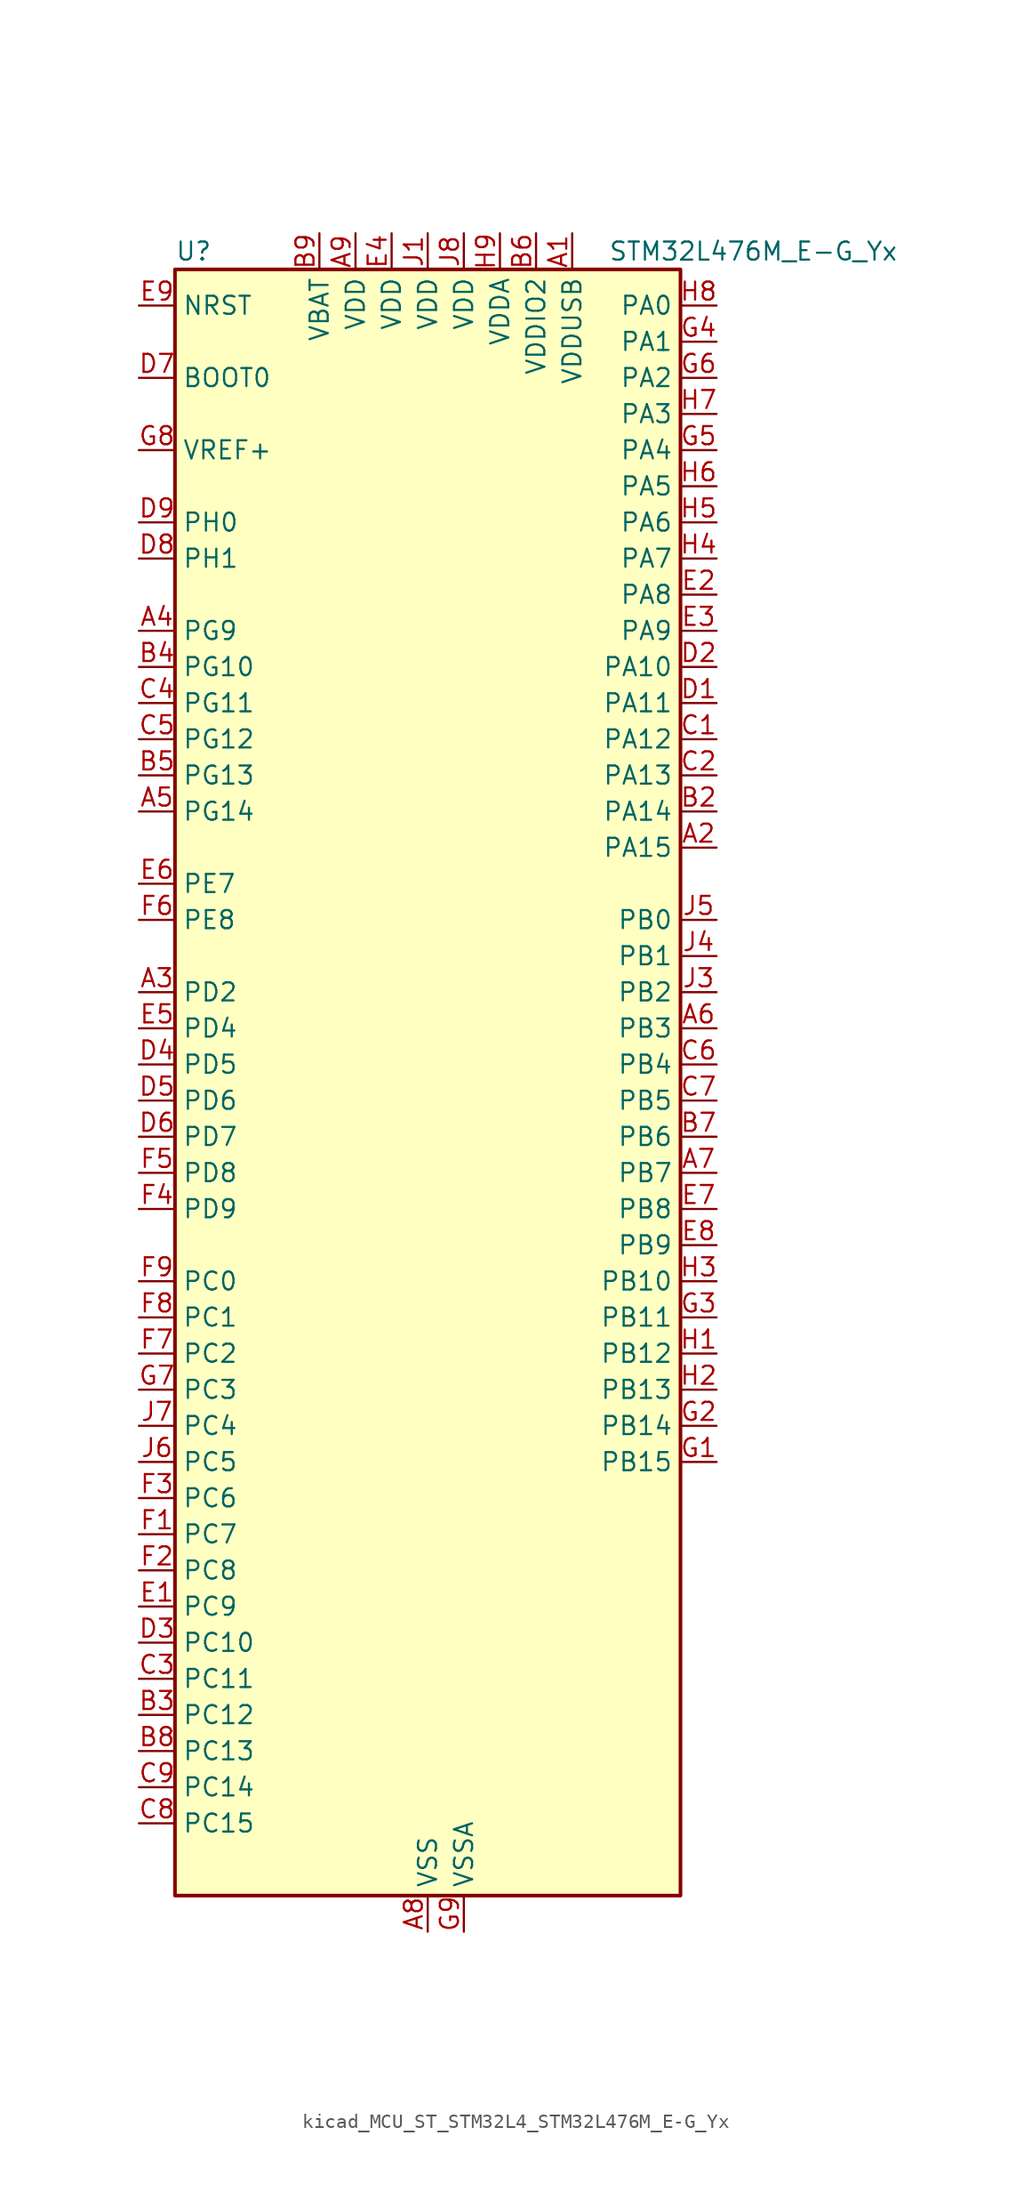
<source format=kicad_sym>
(kicad_symbol_lib
  (version 20220914)
  (generator kicad_symbol_editor)
  (symbol "kicad_MCU_ST_STM32L4_STM32L476M_E-G_Yx"
    (property "Reference" "U"
      (at -17.78 59.69 0)
      (effects (font (size 1.27 1.27)) (justify left)))
    (property "Value" "STM32L476M_E-G_Yx"
      (at 12.7 59.69 0)
      (effects (font (size 1.27 1.27)) (justify left)))
    (property "ki_locked" ""
      (at 0 0 0)
      (effects (font (size 1.27 1.27))))
    (symbol "kicad_MCU_ST_STM32L4_STM32L476M_E-G_Yx_0_1"
      (rectangle (start -17.78 -55.88) (end 17.78 58.42) (stroke (width 0.254) (type default)) (fill (type background))))
    (symbol "kicad_MCU_ST_STM32L4_STM32L476M_E-G_Yx_1_1"
      (pin power_in line (at 10.16 60.96 270) (length 2.54) (name "VDDUSB" (effects (font (size 1.27 1.27)))) (number "A1" (effects (font (size 1.27 1.27)))))
      (pin bidirectional line (at 20.32 17.78 180) (length 2.54) (name "PA15" (effects (font (size 1.27 1.27)))) (number "A2" (effects (font (size 1.27 1.27)))) (alternate "ADC1_EXTI15" bidirectional line) (alternate "ADC2_EXTI15" bidirectional line) (alternate "ADC3_EXTI15" bidirectional line) (alternate "LCD_SEG17" bidirectional line) (alternate "SAI2_FS_B" bidirectional line) (alternate "SPI1_NSS" bidirectional line) (alternate "SPI3_NSS" bidirectional line) (alternate "SYS_JTDI" bidirectional line) (alternate "TIM2_CH1" bidirectional line) (alternate "TIM2_ETR" bidirectional line) (alternate "TSC_G3_IO1" bidirectional line) (alternate "UART4_DE" bidirectional line) (alternate "UART4_RTS" bidirectional line))
      (pin bidirectional line (at -20.32 7.62 0) (length 2.54) (name "PD2" (effects (font (size 1.27 1.27)))) (number "A3" (effects (font (size 1.27 1.27)))) (alternate "LCD_COM7" bidirectional line) (alternate "LCD_SEG31" bidirectional line) (alternate "LCD_SEG43" bidirectional line) (alternate "SDMMC1_CMD" bidirectional line) (alternate "TIM3_ETR" bidirectional line) (alternate "TSC_SYNC" bidirectional line) (alternate "UART5_RX" bidirectional line) (alternate "USART3_DE" bidirectional line) (alternate "USART3_RTS" bidirectional line))
      (pin bidirectional line (at -20.32 33.02 0) (length 2.54) (name "PG9" (effects (font (size 1.27 1.27)))) (number "A4" (effects (font (size 1.27 1.27)))) (alternate "DAC1_EXTI9" bidirectional line) (alternate "SAI2_SCK_A" bidirectional line) (alternate "SPI3_SCK" bidirectional line) (alternate "TIM15_CH1N" bidirectional line) (alternate "USART1_TX" bidirectional line))
      (pin bidirectional line (at -20.32 20.32 0) (length 2.54) (name "PG14" (effects (font (size 1.27 1.27)))) (number "A5" (effects (font (size 1.27 1.27)))) (alternate "I2C1_SCL" bidirectional line))
      (pin bidirectional line (at 20.32 5.08 180) (length 2.54) (name "PB3" (effects (font (size 1.27 1.27)))) (number "A6" (effects (font (size 1.27 1.27)))) (alternate "COMP2_INM" bidirectional line) (alternate "LCD_SEG7" bidirectional line) (alternate "SAI1_SCK_B" bidirectional line) (alternate "SPI1_SCK" bidirectional line) (alternate "SPI3_SCK" bidirectional line) (alternate "SYS_JTDO-SWO" bidirectional line) (alternate "TIM2_CH2" bidirectional line) (alternate "USART1_DE" bidirectional line) (alternate "USART1_RTS" bidirectional line))
      (pin bidirectional line (at 20.32 -5.08 180) (length 2.54) (name "PB7" (effects (font (size 1.27 1.27)))) (number "A7" (effects (font (size 1.27 1.27)))) (alternate "COMP2_INM" bidirectional line) (alternate "DFSDM1_CKIN5" bidirectional line) (alternate "I2C1_SDA" bidirectional line) (alternate "LCD_SEG21" bidirectional line) (alternate "LPTIM1_IN2" bidirectional line) (alternate "SYS_PVD_IN" bidirectional line) (alternate "TIM17_CH1N" bidirectional line) (alternate "TIM4_CH2" bidirectional line) (alternate "TIM8_BKIN" bidirectional line) (alternate "TIM8_BKIN_COMP1" bidirectional line) (alternate "TSC_G2_IO4" bidirectional line) (alternate "UART4_CTS" bidirectional line) (alternate "USART1_RX" bidirectional line))
      (pin power_in line (at 0 -58.42 90) (length 2.54) (name "VSS" (effects (font (size 1.27 1.27)))) (number "A8" (effects (font (size 1.27 1.27)))))
      (pin power_in line (at -5.08 60.96 270) (length 2.54) (name "VDD" (effects (font (size 1.27 1.27)))) (number "A9" (effects (font (size 1.27 1.27)))))
      (pin passive line (at 0 -58.42 90) (length 2.54) hide (name "VSS" (effects (font (size 1.27 1.27)))) (number "B1" (effects (font (size 1.27 1.27)))))
      (pin bidirectional line (at 20.32 20.32 180) (length 2.54) (name "PA14" (effects (font (size 1.27 1.27)))) (number "B2" (effects (font (size 1.27 1.27)))) (alternate "SYS_JTCK-SWCLK" bidirectional line))
      (pin bidirectional line (at -20.32 -43.18 0) (length 2.54) (name "PC12" (effects (font (size 1.27 1.27)))) (number "B3" (effects (font (size 1.27 1.27)))) (alternate "LCD_COM6" bidirectional line) (alternate "LCD_SEG30" bidirectional line) (alternate "LCD_SEG42" bidirectional line) (alternate "SAI2_SD_B" bidirectional line) (alternate "SDMMC1_CK" bidirectional line) (alternate "SPI3_MOSI" bidirectional line) (alternate "TSC_G3_IO4" bidirectional line) (alternate "UART5_TX" bidirectional line) (alternate "USART3_CK" bidirectional line))
      (pin bidirectional line (at -20.32 30.48 0) (length 2.54) (name "PG10" (effects (font (size 1.27 1.27)))) (number "B4" (effects (font (size 1.27 1.27)))) (alternate "LPTIM1_IN1" bidirectional line) (alternate "SAI2_FS_A" bidirectional line) (alternate "SPI3_MISO" bidirectional line) (alternate "TIM15_CH1" bidirectional line) (alternate "USART1_RX" bidirectional line))
      (pin bidirectional line (at -20.32 22.86 0) (length 2.54) (name "PG13" (effects (font (size 1.27 1.27)))) (number "B5" (effects (font (size 1.27 1.27)))) (alternate "I2C1_SDA" bidirectional line) (alternate "USART1_CK" bidirectional line))
      (pin power_in line (at 7.62 60.96 270) (length 2.54) (name "VDDIO2" (effects (font (size 1.27 1.27)))) (number "B6" (effects (font (size 1.27 1.27)))))
      (pin bidirectional line (at 20.32 -2.54 180) (length 2.54) (name "PB6" (effects (font (size 1.27 1.27)))) (number "B7" (effects (font (size 1.27 1.27)))) (alternate "COMP2_INP" bidirectional line) (alternate "DFSDM1_DATIN5" bidirectional line) (alternate "I2C1_SCL" bidirectional line) (alternate "LPTIM1_ETR" bidirectional line) (alternate "SAI1_FS_B" bidirectional line) (alternate "TIM16_CH1N" bidirectional line) (alternate "TIM4_CH1" bidirectional line) (alternate "TIM8_BKIN2" bidirectional line) (alternate "TIM8_BKIN2_COMP2" bidirectional line) (alternate "TSC_G2_IO3" bidirectional line) (alternate "USART1_TX" bidirectional line))
      (pin bidirectional line (at -20.32 -45.72 0) (length 2.54) (name "PC13" (effects (font (size 1.27 1.27)))) (number "B8" (effects (font (size 1.27 1.27)))) (alternate "RTC_OUT_ALARM" bidirectional line) (alternate "RTC_OUT_CALIB" bidirectional line) (alternate "RTC_TAMP1" bidirectional line) (alternate "RTC_TS" bidirectional line) (alternate "SYS_WKUP2" bidirectional line))
      (pin power_in line (at -7.62 60.96 270) (length 2.54) (name "VBAT" (effects (font (size 1.27 1.27)))) (number "B9" (effects (font (size 1.27 1.27)))))
      (pin bidirectional line (at 20.32 25.4 180) (length 2.54) (name "PA12" (effects (font (size 1.27 1.27)))) (number "C1" (effects (font (size 1.27 1.27)))) (alternate "CAN1_TX" bidirectional line) (alternate "TIM1_ETR" bidirectional line) (alternate "USART1_DE" bidirectional line) (alternate "USART1_RTS" bidirectional line) (alternate "USB_OTG_FS_DP" bidirectional line))
      (pin bidirectional line (at 20.32 22.86 180) (length 2.54) (name "PA13" (effects (font (size 1.27 1.27)))) (number "C2" (effects (font (size 1.27 1.27)))) (alternate "IR_OUT" bidirectional line) (alternate "SYS_JTMS-SWDIO" bidirectional line) (alternate "USB_OTG_FS_NOE" bidirectional line))
      (pin bidirectional line (at -20.32 -40.64 0) (length 2.54) (name "PC11" (effects (font (size 1.27 1.27)))) (number "C3" (effects (font (size 1.27 1.27)))) (alternate "ADC1_EXTI11" bidirectional line) (alternate "ADC2_EXTI11" bidirectional line) (alternate "ADC3_EXTI11" bidirectional line) (alternate "LCD_COM5" bidirectional line) (alternate "LCD_SEG29" bidirectional line) (alternate "LCD_SEG41" bidirectional line) (alternate "SAI2_MCLK_B" bidirectional line) (alternate "SDMMC1_D3" bidirectional line) (alternate "SPI3_MISO" bidirectional line) (alternate "TSC_G3_IO3" bidirectional line) (alternate "UART4_RX" bidirectional line) (alternate "USART3_RX" bidirectional line))
      (pin bidirectional line (at -20.32 27.94 0) (length 2.54) (name "PG11" (effects (font (size 1.27 1.27)))) (number "C4" (effects (font (size 1.27 1.27)))) (alternate "ADC1_EXTI11" bidirectional line) (alternate "ADC2_EXTI11" bidirectional line) (alternate "ADC3_EXTI11" bidirectional line) (alternate "LPTIM1_IN2" bidirectional line) (alternate "SAI2_MCLK_A" bidirectional line) (alternate "SPI3_MOSI" bidirectional line) (alternate "TIM15_CH2" bidirectional line) (alternate "USART1_CTS" bidirectional line))
      (pin bidirectional line (at -20.32 25.4 0) (length 2.54) (name "PG12" (effects (font (size 1.27 1.27)))) (number "C5" (effects (font (size 1.27 1.27)))) (alternate "LPTIM1_ETR" bidirectional line) (alternate "SAI2_SD_A" bidirectional line) (alternate "SPI3_NSS" bidirectional line) (alternate "USART1_DE" bidirectional line) (alternate "USART1_RTS" bidirectional line))
      (pin bidirectional line (at 20.32 2.54 180) (length 2.54) (name "PB4" (effects (font (size 1.27 1.27)))) (number "C6" (effects (font (size 1.27 1.27)))) (alternate "COMP2_INP" bidirectional line) (alternate "LCD_SEG8" bidirectional line) (alternate "SAI1_MCLK_B" bidirectional line) (alternate "SPI1_MISO" bidirectional line) (alternate "SPI3_MISO" bidirectional line) (alternate "SYS_JTRST" bidirectional line) (alternate "TIM17_BKIN" bidirectional line) (alternate "TIM3_CH1" bidirectional line) (alternate "TSC_G2_IO1" bidirectional line) (alternate "UART5_DE" bidirectional line) (alternate "UART5_RTS" bidirectional line) (alternate "USART1_CTS" bidirectional line))
      (pin bidirectional line (at 20.32 0 180) (length 2.54) (name "PB5" (effects (font (size 1.27 1.27)))) (number "C7" (effects (font (size 1.27 1.27)))) (alternate "COMP2_OUT" bidirectional line) (alternate "I2C1_SMBA" bidirectional line) (alternate "LCD_SEG9" bidirectional line) (alternate "LPTIM1_IN1" bidirectional line) (alternate "SAI1_SD_B" bidirectional line) (alternate "SPI1_MOSI" bidirectional line) (alternate "SPI3_MOSI" bidirectional line) (alternate "TIM16_BKIN" bidirectional line) (alternate "TIM3_CH2" bidirectional line) (alternate "TSC_G2_IO2" bidirectional line) (alternate "UART5_CTS" bidirectional line) (alternate "USART1_CK" bidirectional line))
      (pin bidirectional line (at -20.32 -50.8 0) (length 2.54) (name "PC15" (effects (font (size 1.27 1.27)))) (number "C8" (effects (font (size 1.27 1.27)))) (alternate "ADC1_EXTI15" bidirectional line) (alternate "ADC2_EXTI15" bidirectional line) (alternate "ADC3_EXTI15" bidirectional line) (alternate "RCC_OSC32_OUT" bidirectional line))
      (pin bidirectional line (at -20.32 -48.26 0) (length 2.54) (name "PC14" (effects (font (size 1.27 1.27)))) (number "C9" (effects (font (size 1.27 1.27)))) (alternate "RCC_OSC32_IN" bidirectional line))
      (pin bidirectional line (at 20.32 27.94 180) (length 2.54) (name "PA11" (effects (font (size 1.27 1.27)))) (number "D1" (effects (font (size 1.27 1.27)))) (alternate "ADC1_EXTI11" bidirectional line) (alternate "ADC2_EXTI11" bidirectional line) (alternate "ADC3_EXTI11" bidirectional line) (alternate "CAN1_RX" bidirectional line) (alternate "TIM1_BKIN2" bidirectional line) (alternate "TIM1_BKIN2_COMP1" bidirectional line) (alternate "TIM1_CH4" bidirectional line) (alternate "USART1_CTS" bidirectional line) (alternate "USB_OTG_FS_DM" bidirectional line))
      (pin bidirectional line (at 20.32 30.48 180) (length 2.54) (name "PA10" (effects (font (size 1.27 1.27)))) (number "D2" (effects (font (size 1.27 1.27)))) (alternate "LCD_COM2" bidirectional line) (alternate "TIM17_BKIN" bidirectional line) (alternate "TIM1_CH3" bidirectional line) (alternate "USART1_RX" bidirectional line) (alternate "USB_OTG_FS_ID" bidirectional line))
      (pin bidirectional line (at -20.32 -38.1 0) (length 2.54) (name "PC10" (effects (font (size 1.27 1.27)))) (number "D3" (effects (font (size 1.27 1.27)))) (alternate "LCD_COM4" bidirectional line) (alternate "LCD_SEG28" bidirectional line) (alternate "LCD_SEG40" bidirectional line) (alternate "SAI2_SCK_B" bidirectional line) (alternate "SDMMC1_D2" bidirectional line) (alternate "SPI3_SCK" bidirectional line) (alternate "TSC_G3_IO2" bidirectional line) (alternate "UART4_TX" bidirectional line) (alternate "USART3_TX" bidirectional line))
      (pin bidirectional line (at -20.32 2.54 0) (length 2.54) (name "PD5" (effects (font (size 1.27 1.27)))) (number "D4" (effects (font (size 1.27 1.27)))) (alternate "USART2_TX" bidirectional line))
      (pin bidirectional line (at -20.32 0 0) (length 2.54) (name "PD6" (effects (font (size 1.27 1.27)))) (number "D5" (effects (font (size 1.27 1.27)))) (alternate "DFSDM1_DATIN1" bidirectional line) (alternate "SAI1_SD_A" bidirectional line) (alternate "USART2_RX" bidirectional line))
      (pin bidirectional line (at -20.32 -2.54 0) (length 2.54) (name "PD7" (effects (font (size 1.27 1.27)))) (number "D6" (effects (font (size 1.27 1.27)))) (alternate "DFSDM1_CKIN1" bidirectional line) (alternate "USART2_CK" bidirectional line))
      (pin input line (at -20.32 50.8 0) (length 2.54) (name "BOOT0" (effects (font (size 1.27 1.27)))) (number "D7" (effects (font (size 1.27 1.27)))))
      (pin bidirectional line (at -20.32 38.1 0) (length 2.54) (name "PH1" (effects (font (size 1.27 1.27)))) (number "D8" (effects (font (size 1.27 1.27)))) (alternate "RCC_OSC_OUT" bidirectional line))
      (pin bidirectional line (at -20.32 40.64 0) (length 2.54) (name "PH0" (effects (font (size 1.27 1.27)))) (number "D9" (effects (font (size 1.27 1.27)))) (alternate "RCC_OSC_IN" bidirectional line))
      (pin bidirectional line (at -20.32 -35.56 0) (length 2.54) (name "PC9" (effects (font (size 1.27 1.27)))) (number "E1" (effects (font (size 1.27 1.27)))) (alternate "DAC1_EXTI9" bidirectional line) (alternate "LCD_SEG27" bidirectional line) (alternate "SAI2_EXTCLK" bidirectional line) (alternate "SDMMC1_D1" bidirectional line) (alternate "TIM3_CH4" bidirectional line) (alternate "TIM8_BKIN2" bidirectional line) (alternate "TIM8_BKIN2_COMP1" bidirectional line) (alternate "TIM8_CH4" bidirectional line) (alternate "TSC_G4_IO4" bidirectional line) (alternate "USB_OTG_FS_NOE" bidirectional line))
      (pin bidirectional line (at 20.32 35.56 180) (length 2.54) (name "PA8" (effects (font (size 1.27 1.27)))) (number "E2" (effects (font (size 1.27 1.27)))) (alternate "LCD_COM0" bidirectional line) (alternate "LPTIM2_OUT" bidirectional line) (alternate "RCC_MCO" bidirectional line) (alternate "TIM1_CH1" bidirectional line) (alternate "USART1_CK" bidirectional line) (alternate "USB_OTG_FS_SOF" bidirectional line))
      (pin bidirectional line (at 20.32 33.02 180) (length 2.54) (name "PA9" (effects (font (size 1.27 1.27)))) (number "E3" (effects (font (size 1.27 1.27)))) (alternate "DAC1_EXTI9" bidirectional line) (alternate "LCD_COM1" bidirectional line) (alternate "TIM15_BKIN" bidirectional line) (alternate "TIM1_CH2" bidirectional line) (alternate "USART1_TX" bidirectional line) (alternate "USB_OTG_FS_VBUS" bidirectional line))
      (pin power_in line (at -2.54 60.96 270) (length 2.54) (name "VDD" (effects (font (size 1.27 1.27)))) (number "E4" (effects (font (size 1.27 1.27)))))
      (pin bidirectional line (at -20.32 5.08 0) (length 2.54) (name "PD4" (effects (font (size 1.27 1.27)))) (number "E5" (effects (font (size 1.27 1.27)))) (alternate "DFSDM1_CKIN0" bidirectional line) (alternate "SPI2_MOSI" bidirectional line) (alternate "USART2_DE" bidirectional line) (alternate "USART2_RTS" bidirectional line))
      (pin bidirectional line (at -20.32 15.24 0) (length 2.54) (name "PE7" (effects (font (size 1.27 1.27)))) (number "E6" (effects (font (size 1.27 1.27)))) (alternate "DFSDM1_DATIN2" bidirectional line) (alternate "SAI1_SD_B" bidirectional line) (alternate "TIM1_ETR" bidirectional line))
      (pin bidirectional line (at 20.32 -7.62 180) (length 2.54) (name "PB8" (effects (font (size 1.27 1.27)))) (number "E7" (effects (font (size 1.27 1.27)))) (alternate "CAN1_RX" bidirectional line) (alternate "DFSDM1_DATIN6" bidirectional line) (alternate "I2C1_SCL" bidirectional line) (alternate "LCD_SEG16" bidirectional line) (alternate "SAI1_MCLK_A" bidirectional line) (alternate "SDMMC1_D4" bidirectional line) (alternate "TIM16_CH1" bidirectional line) (alternate "TIM4_CH3" bidirectional line))
      (pin bidirectional line (at 20.32 -10.16 180) (length 2.54) (name "PB9" (effects (font (size 1.27 1.27)))) (number "E8" (effects (font (size 1.27 1.27)))) (alternate "CAN1_TX" bidirectional line) (alternate "DAC1_EXTI9" bidirectional line) (alternate "DFSDM1_CKIN6" bidirectional line) (alternate "I2C1_SDA" bidirectional line) (alternate "IR_OUT" bidirectional line) (alternate "LCD_COM3" bidirectional line) (alternate "SAI1_FS_A" bidirectional line) (alternate "SDMMC1_D5" bidirectional line) (alternate "SPI2_NSS" bidirectional line) (alternate "TIM17_CH1" bidirectional line) (alternate "TIM4_CH4" bidirectional line))
      (pin input line (at -20.32 55.88 0) (length 2.54) (name "NRST" (effects (font (size 1.27 1.27)))) (number "E9" (effects (font (size 1.27 1.27)))))
      (pin bidirectional line (at -20.32 -30.48 0) (length 2.54) (name "PC7" (effects (font (size 1.27 1.27)))) (number "F1" (effects (font (size 1.27 1.27)))) (alternate "DFSDM1_DATIN3" bidirectional line) (alternate "LCD_SEG25" bidirectional line) (alternate "SAI2_MCLK_B" bidirectional line) (alternate "SDMMC1_D7" bidirectional line) (alternate "TIM3_CH2" bidirectional line) (alternate "TIM8_CH2" bidirectional line) (alternate "TSC_G4_IO2" bidirectional line))
      (pin bidirectional line (at -20.32 -33.02 0) (length 2.54) (name "PC8" (effects (font (size 1.27 1.27)))) (number "F2" (effects (font (size 1.27 1.27)))) (alternate "LCD_SEG26" bidirectional line) (alternate "SDMMC1_D0" bidirectional line) (alternate "TIM3_CH3" bidirectional line) (alternate "TIM8_CH3" bidirectional line) (alternate "TSC_G4_IO3" bidirectional line))
      (pin bidirectional line (at -20.32 -27.94 0) (length 2.54) (name "PC6" (effects (font (size 1.27 1.27)))) (number "F3" (effects (font (size 1.27 1.27)))) (alternate "DFSDM1_CKIN3" bidirectional line) (alternate "LCD_SEG24" bidirectional line) (alternate "SAI2_MCLK_A" bidirectional line) (alternate "SDMMC1_D6" bidirectional line) (alternate "TIM3_CH1" bidirectional line) (alternate "TIM8_CH1" bidirectional line) (alternate "TSC_G4_IO1" bidirectional line))
      (pin bidirectional line (at -20.32 -7.62 0) (length 2.54) (name "PD9" (effects (font (size 1.27 1.27)))) (number "F4" (effects (font (size 1.27 1.27)))) (alternate "DAC1_EXTI9" bidirectional line) (alternate "LCD_SEG29" bidirectional line) (alternate "SAI2_MCLK_A" bidirectional line) (alternate "USART3_RX" bidirectional line))
      (pin bidirectional line (at -20.32 -5.08 0) (length 2.54) (name "PD8" (effects (font (size 1.27 1.27)))) (number "F5" (effects (font (size 1.27 1.27)))) (alternate "LCD_SEG28" bidirectional line) (alternate "USART3_TX" bidirectional line))
      (pin bidirectional line (at -20.32 12.7 0) (length 2.54) (name "PE8" (effects (font (size 1.27 1.27)))) (number "F6" (effects (font (size 1.27 1.27)))) (alternate "DFSDM1_CKIN2" bidirectional line) (alternate "SAI1_SCK_B" bidirectional line) (alternate "TIM1_CH1N" bidirectional line))
      (pin bidirectional line (at -20.32 -17.78 0) (length 2.54) (name "PC2" (effects (font (size 1.27 1.27)))) (number "F7" (effects (font (size 1.27 1.27)))) (alternate "ADC1_IN3" bidirectional line) (alternate "ADC2_IN3" bidirectional line) (alternate "ADC3_IN3" bidirectional line) (alternate "DFSDM1_CKOUT" bidirectional line) (alternate "LCD_SEG20" bidirectional line) (alternate "LPTIM1_IN2" bidirectional line) (alternate "SPI2_MISO" bidirectional line))
      (pin bidirectional line (at -20.32 -15.24 0) (length 2.54) (name "PC1" (effects (font (size 1.27 1.27)))) (number "F8" (effects (font (size 1.27 1.27)))) (alternate "ADC1_IN2" bidirectional line) (alternate "ADC2_IN2" bidirectional line) (alternate "ADC3_IN2" bidirectional line) (alternate "DFSDM1_CKIN4" bidirectional line) (alternate "I2C3_SDA" bidirectional line) (alternate "LCD_SEG19" bidirectional line) (alternate "LPTIM1_OUT" bidirectional line) (alternate "LPUART1_TX" bidirectional line))
      (pin bidirectional line (at -20.32 -12.7 0) (length 2.54) (name "PC0" (effects (font (size 1.27 1.27)))) (number "F9" (effects (font (size 1.27 1.27)))) (alternate "ADC1_IN1" bidirectional line) (alternate "ADC2_IN1" bidirectional line) (alternate "ADC3_IN1" bidirectional line) (alternate "DFSDM1_DATIN4" bidirectional line) (alternate "I2C3_SCL" bidirectional line) (alternate "LCD_SEG18" bidirectional line) (alternate "LPTIM1_IN1" bidirectional line) (alternate "LPTIM2_IN1" bidirectional line) (alternate "LPUART1_RX" bidirectional line))
      (pin bidirectional line (at 20.32 -25.4 180) (length 2.54) (name "PB15" (effects (font (size 1.27 1.27)))) (number "G1" (effects (font (size 1.27 1.27)))) (alternate "ADC1_EXTI15" bidirectional line) (alternate "ADC2_EXTI15" bidirectional line) (alternate "ADC3_EXTI15" bidirectional line) (alternate "DFSDM1_CKIN2" bidirectional line) (alternate "LCD_SEG15" bidirectional line) (alternate "RTC_REFIN" bidirectional line) (alternate "SAI2_SD_A" bidirectional line) (alternate "SPI2_MOSI" bidirectional line) (alternate "SWPMI1_SUSPEND" bidirectional line) (alternate "TIM15_CH2" bidirectional line) (alternate "TIM1_CH3N" bidirectional line) (alternate "TIM8_CH3N" bidirectional line) (alternate "TSC_G1_IO4" bidirectional line))
      (pin bidirectional line (at 20.32 -22.86 180) (length 2.54) (name "PB14" (effects (font (size 1.27 1.27)))) (number "G2" (effects (font (size 1.27 1.27)))) (alternate "DFSDM1_DATIN2" bidirectional line) (alternate "I2C2_SDA" bidirectional line) (alternate "LCD_SEG14" bidirectional line) (alternate "SAI2_MCLK_A" bidirectional line) (alternate "SPI2_MISO" bidirectional line) (alternate "SWPMI1_RX" bidirectional line) (alternate "TIM15_CH1" bidirectional line) (alternate "TIM1_CH2N" bidirectional line) (alternate "TIM8_CH2N" bidirectional line) (alternate "TSC_G1_IO3" bidirectional line) (alternate "USART3_DE" bidirectional line) (alternate "USART3_RTS" bidirectional line))
      (pin bidirectional line (at 20.32 -15.24 180) (length 2.54) (name "PB11" (effects (font (size 1.27 1.27)))) (number "G3" (effects (font (size 1.27 1.27)))) (alternate "ADC1_EXTI11" bidirectional line) (alternate "ADC2_EXTI11" bidirectional line) (alternate "ADC3_EXTI11" bidirectional line) (alternate "COMP2_OUT" bidirectional line) (alternate "DFSDM1_CKIN7" bidirectional line) (alternate "I2C2_SDA" bidirectional line) (alternate "LCD_SEG11" bidirectional line) (alternate "LPUART1_TX" bidirectional line) (alternate "QUADSPI_NCS" bidirectional line) (alternate "TIM2_CH4" bidirectional line) (alternate "USART3_RX" bidirectional line))
      (pin bidirectional line (at 20.32 53.34 180) (length 2.54) (name "PA1" (effects (font (size 1.27 1.27)))) (number "G4" (effects (font (size 1.27 1.27)))) (alternate "ADC1_IN6" bidirectional line) (alternate "ADC2_IN6" bidirectional line) (alternate "LCD_SEG0" bidirectional line) (alternate "OPAMP1_VINM" bidirectional line) (alternate "TIM15_CH1N" bidirectional line) (alternate "TIM2_CH2" bidirectional line) (alternate "TIM5_CH2" bidirectional line) (alternate "UART4_RX" bidirectional line) (alternate "USART2_DE" bidirectional line) (alternate "USART2_RTS" bidirectional line))
      (pin bidirectional line (at 20.32 45.72 180) (length 2.54) (name "PA4" (effects (font (size 1.27 1.27)))) (number "G5" (effects (font (size 1.27 1.27)))) (alternate "ADC1_IN9" bidirectional line) (alternate "ADC2_IN9" bidirectional line) (alternate "DAC1_OUT1" bidirectional line) (alternate "LPTIM2_OUT" bidirectional line) (alternate "SAI1_FS_B" bidirectional line) (alternate "SPI1_NSS" bidirectional line) (alternate "SPI3_NSS" bidirectional line) (alternate "USART2_CK" bidirectional line))
      (pin bidirectional line (at 20.32 50.8 180) (length 2.54) (name "PA2" (effects (font (size 1.27 1.27)))) (number "G6" (effects (font (size 1.27 1.27)))) (alternate "ADC1_IN7" bidirectional line) (alternate "ADC2_IN7" bidirectional line) (alternate "LCD_SEG1" bidirectional line) (alternate "RCC_LSCO" bidirectional line) (alternate "SAI2_EXTCLK" bidirectional line) (alternate "SYS_WKUP4" bidirectional line) (alternate "TIM15_CH1" bidirectional line) (alternate "TIM2_CH3" bidirectional line) (alternate "TIM5_CH3" bidirectional line) (alternate "USART2_TX" bidirectional line))
      (pin bidirectional line (at -20.32 -20.32 0) (length 2.54) (name "PC3" (effects (font (size 1.27 1.27)))) (number "G7" (effects (font (size 1.27 1.27)))) (alternate "ADC1_IN4" bidirectional line) (alternate "ADC2_IN4" bidirectional line) (alternate "ADC3_IN4" bidirectional line) (alternate "LCD_VLCD" bidirectional line) (alternate "LPTIM1_ETR" bidirectional line) (alternate "LPTIM2_ETR" bidirectional line) (alternate "SAI1_SD_A" bidirectional line) (alternate "SPI2_MOSI" bidirectional line))
      (pin input line (at -20.32 45.72 0) (length 2.54) (name "VREF+" (effects (font (size 1.27 1.27)))) (number "G8" (effects (font (size 1.27 1.27)))) (alternate "VREFBUF_OUT" bidirectional line))
      (pin power_in line (at 2.54 -58.42 90) (length 2.54) (name "VSSA" (effects (font (size 1.27 1.27)))) (number "G9" (effects (font (size 1.27 1.27)))))
      (pin bidirectional line (at 20.32 -17.78 180) (length 2.54) (name "PB12" (effects (font (size 1.27 1.27)))) (number "H1" (effects (font (size 1.27 1.27)))) (alternate "DFSDM1_DATIN1" bidirectional line) (alternate "I2C2_SMBA" bidirectional line) (alternate "LCD_SEG12" bidirectional line) (alternate "LPUART1_DE" bidirectional line) (alternate "LPUART1_RTS" bidirectional line) (alternate "SAI2_FS_A" bidirectional line) (alternate "SPI2_NSS" bidirectional line) (alternate "SWPMI1_IO" bidirectional line) (alternate "TIM15_BKIN" bidirectional line) (alternate "TIM1_BKIN" bidirectional line) (alternate "TIM1_BKIN_COMP2" bidirectional line) (alternate "TSC_G1_IO1" bidirectional line) (alternate "USART3_CK" bidirectional line))
      (pin bidirectional line (at 20.32 -20.32 180) (length 2.54) (name "PB13" (effects (font (size 1.27 1.27)))) (number "H2" (effects (font (size 1.27 1.27)))) (alternate "DFSDM1_CKIN1" bidirectional line) (alternate "I2C2_SCL" bidirectional line) (alternate "LCD_SEG13" bidirectional line) (alternate "LPUART1_CTS" bidirectional line) (alternate "SAI2_SCK_A" bidirectional line) (alternate "SPI2_SCK" bidirectional line) (alternate "SWPMI1_TX" bidirectional line) (alternate "TIM15_CH1N" bidirectional line) (alternate "TIM1_CH1N" bidirectional line) (alternate "TSC_G1_IO2" bidirectional line) (alternate "USART3_CTS" bidirectional line))
      (pin bidirectional line (at 20.32 -12.7 180) (length 2.54) (name "PB10" (effects (font (size 1.27 1.27)))) (number "H3" (effects (font (size 1.27 1.27)))) (alternate "COMP1_OUT" bidirectional line) (alternate "DFSDM1_DATIN7" bidirectional line) (alternate "I2C2_SCL" bidirectional line) (alternate "LCD_SEG10" bidirectional line) (alternate "LPUART1_RX" bidirectional line) (alternate "QUADSPI_CLK" bidirectional line) (alternate "SAI1_SCK_A" bidirectional line) (alternate "SPI2_SCK" bidirectional line) (alternate "TIM2_CH3" bidirectional line) (alternate "USART3_TX" bidirectional line))
      (pin bidirectional line (at 20.32 38.1 180) (length 2.54) (name "PA7" (effects (font (size 1.27 1.27)))) (number "H4" (effects (font (size 1.27 1.27)))) (alternate "ADC1_IN12" bidirectional line) (alternate "ADC2_IN12" bidirectional line) (alternate "LCD_SEG4" bidirectional line) (alternate "OPAMP2_VINM" bidirectional line) (alternate "QUADSPI_BK1_IO2" bidirectional line) (alternate "SPI1_MOSI" bidirectional line) (alternate "TIM17_CH1" bidirectional line) (alternate "TIM1_CH1N" bidirectional line) (alternate "TIM3_CH2" bidirectional line) (alternate "TIM8_CH1N" bidirectional line))
      (pin bidirectional line (at 20.32 40.64 180) (length 2.54) (name "PA6" (effects (font (size 1.27 1.27)))) (number "H5" (effects (font (size 1.27 1.27)))) (alternate "ADC1_IN11" bidirectional line) (alternate "ADC2_IN11" bidirectional line) (alternate "LCD_SEG3" bidirectional line) (alternate "OPAMP2_VINP" bidirectional line) (alternate "QUADSPI_BK1_IO3" bidirectional line) (alternate "SPI1_MISO" bidirectional line) (alternate "TIM16_CH1" bidirectional line) (alternate "TIM1_BKIN" bidirectional line) (alternate "TIM1_BKIN_COMP2" bidirectional line) (alternate "TIM3_CH1" bidirectional line) (alternate "TIM8_BKIN" bidirectional line) (alternate "TIM8_BKIN_COMP2" bidirectional line) (alternate "USART3_CTS" bidirectional line))
      (pin bidirectional line (at 20.32 43.18 180) (length 2.54) (name "PA5" (effects (font (size 1.27 1.27)))) (number "H6" (effects (font (size 1.27 1.27)))) (alternate "ADC1_IN10" bidirectional line) (alternate "ADC2_IN10" bidirectional line) (alternate "DAC1_OUT2" bidirectional line) (alternate "LPTIM2_ETR" bidirectional line) (alternate "SPI1_SCK" bidirectional line) (alternate "TIM2_CH1" bidirectional line) (alternate "TIM2_ETR" bidirectional line) (alternate "TIM8_CH1N" bidirectional line))
      (pin bidirectional line (at 20.32 48.26 180) (length 2.54) (name "PA3" (effects (font (size 1.27 1.27)))) (number "H7" (effects (font (size 1.27 1.27)))) (alternate "ADC1_IN8" bidirectional line) (alternate "ADC2_IN8" bidirectional line) (alternate "LCD_SEG2" bidirectional line) (alternate "OPAMP1_VOUT" bidirectional line) (alternate "TIM15_CH2" bidirectional line) (alternate "TIM2_CH4" bidirectional line) (alternate "TIM5_CH4" bidirectional line) (alternate "USART2_RX" bidirectional line))
      (pin bidirectional line (at 20.32 55.88 180) (length 2.54) (name "PA0" (effects (font (size 1.27 1.27)))) (number "H8" (effects (font (size 1.27 1.27)))) (alternate "ADC1_IN5" bidirectional line) (alternate "ADC2_IN5" bidirectional line) (alternate "OPAMP1_VINP" bidirectional line) (alternate "RTC_TAMP2" bidirectional line) (alternate "SAI1_EXTCLK" bidirectional line) (alternate "SYS_WKUP1" bidirectional line) (alternate "TIM2_CH1" bidirectional line) (alternate "TIM2_ETR" bidirectional line) (alternate "TIM5_CH1" bidirectional line) (alternate "TIM8_ETR" bidirectional line) (alternate "UART4_TX" bidirectional line) (alternate "USART2_CTS" bidirectional line))
      (pin power_in line (at 5.08 60.96 270) (length 2.54) (name "VDDA" (effects (font (size 1.27 1.27)))) (number "H9" (effects (font (size 1.27 1.27)))))
      (pin power_in line (at 0 60.96 270) (length 2.54) (name "VDD" (effects (font (size 1.27 1.27)))) (number "J1" (effects (font (size 1.27 1.27)))))
      (pin passive line (at 0 -58.42 90) (length 2.54) hide (name "VSS" (effects (font (size 1.27 1.27)))) (number "J2" (effects (font (size 1.27 1.27)))))
      (pin bidirectional line (at 20.32 7.62 180) (length 2.54) (name "PB2" (effects (font (size 1.27 1.27)))) (number "J3" (effects (font (size 1.27 1.27)))) (alternate "COMP1_INP" bidirectional line) (alternate "DFSDM1_CKIN0" bidirectional line) (alternate "I2C3_SMBA" bidirectional line) (alternate "LPTIM1_OUT" bidirectional line) (alternate "RTC_OUT_ALARM" bidirectional line) (alternate "RTC_OUT_CALIB" bidirectional line))
      (pin bidirectional line (at 20.32 10.16 180) (length 2.54) (name "PB1" (effects (font (size 1.27 1.27)))) (number "J4" (effects (font (size 1.27 1.27)))) (alternate "ADC1_IN16" bidirectional line) (alternate "ADC2_IN16" bidirectional line) (alternate "COMP1_INM" bidirectional line) (alternate "DFSDM1_DATIN0" bidirectional line) (alternate "LCD_SEG6" bidirectional line) (alternate "LPTIM2_IN1" bidirectional line) (alternate "QUADSPI_BK1_IO0" bidirectional line) (alternate "TIM1_CH3N" bidirectional line) (alternate "TIM3_CH4" bidirectional line) (alternate "TIM8_CH3N" bidirectional line) (alternate "USART3_DE" bidirectional line) (alternate "USART3_RTS" bidirectional line))
      (pin bidirectional line (at 20.32 12.7 180) (length 2.54) (name "PB0" (effects (font (size 1.27 1.27)))) (number "J5" (effects (font (size 1.27 1.27)))) (alternate "ADC1_IN15" bidirectional line) (alternate "ADC2_IN15" bidirectional line) (alternate "COMP1_OUT" bidirectional line) (alternate "LCD_SEG5" bidirectional line) (alternate "OPAMP2_VOUT" bidirectional line) (alternate "QUADSPI_BK1_IO1" bidirectional line) (alternate "TIM1_CH2N" bidirectional line) (alternate "TIM3_CH3" bidirectional line) (alternate "TIM8_CH2N" bidirectional line) (alternate "USART3_CK" bidirectional line))
      (pin bidirectional line (at -20.32 -25.4 0) (length 2.54) (name "PC5" (effects (font (size 1.27 1.27)))) (number "J6" (effects (font (size 1.27 1.27)))) (alternate "ADC1_IN14" bidirectional line) (alternate "ADC2_IN14" bidirectional line) (alternate "COMP1_INP" bidirectional line) (alternate "LCD_SEG23" bidirectional line) (alternate "SYS_WKUP5" bidirectional line) (alternate "USART3_RX" bidirectional line))
      (pin bidirectional line (at -20.32 -22.86 0) (length 2.54) (name "PC4" (effects (font (size 1.27 1.27)))) (number "J7" (effects (font (size 1.27 1.27)))) (alternate "ADC1_IN13" bidirectional line) (alternate "ADC2_IN13" bidirectional line) (alternate "COMP1_INM" bidirectional line) (alternate "LCD_SEG22" bidirectional line) (alternate "USART3_TX" bidirectional line))
      (pin power_in line (at 2.54 60.96 270) (length 2.54) (name "VDD" (effects (font (size 1.27 1.27)))) (number "J8" (effects (font (size 1.27 1.27)))))
      (pin passive line (at 0 -58.42 90) (length 2.54) hide (name "VSS" (effects (font (size 1.27 1.27)))) (number "J9" (effects (font (size 1.27 1.27))))))))
</source>
